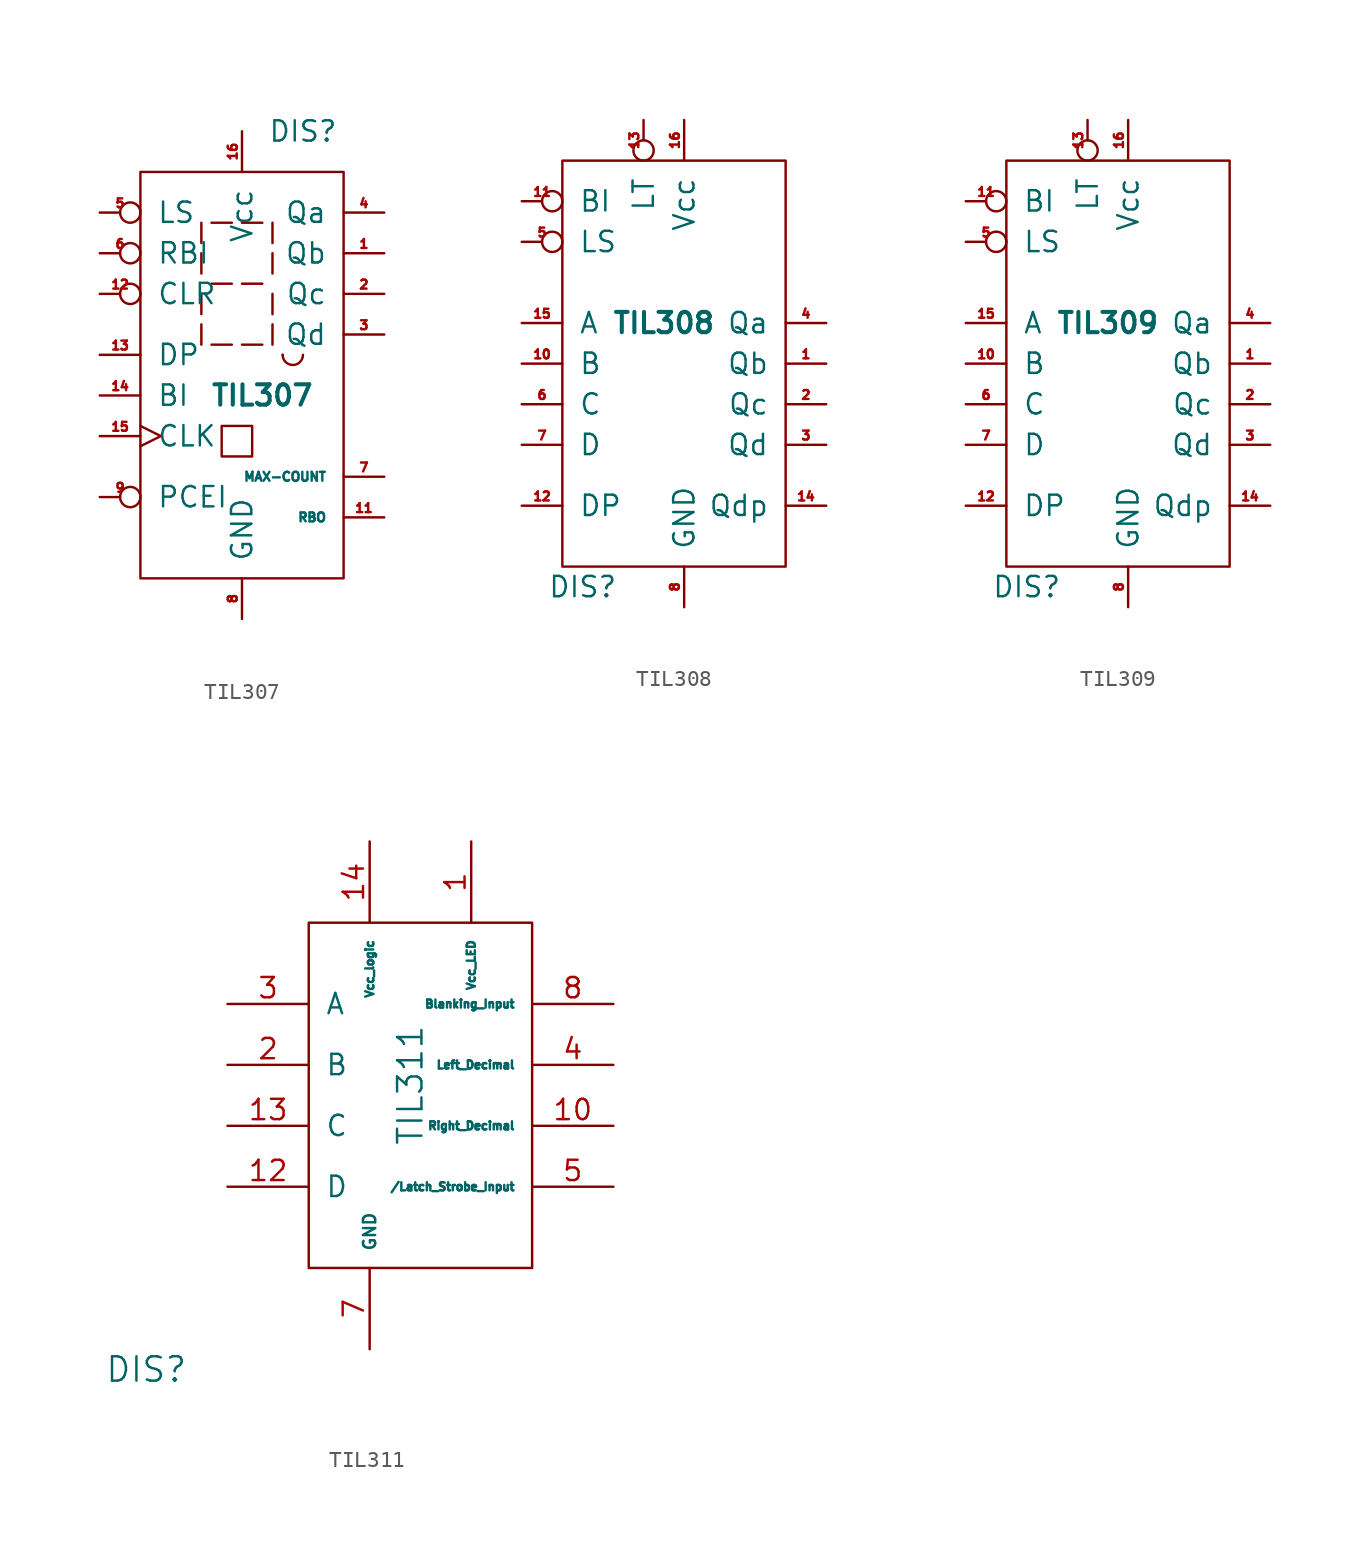
<source format=kicad_sym>
(kicad_symbol_lib
  (version 20211014)
  (generator kicad_symbol_editor)
  (symbol "TIL307"
    (pin_names
      (offset 1.016))
    (property "Reference" "DIS"
      (at 3.81 1.27 0)
      (effects (font (size 1.27 1.27))))
    (property "Value" "TIL307"
      (at 1.27 -15.24 0)
      (effects (font (size 1.27 1.27) bold)))
    (symbol "TIL307_0_1"
      (rectangle (start -6.35 -1.27) (end 6.35 -26.67) (stroke (width 0) (type default) (color 0 0 0 0)) (fill (type none)))
      (rectangle (start -1.27 -17.145) (end 0.635 -19.05) (stroke (width 0) (type default) (color 0 0 0 0)) (fill (type none)))
      (polyline (pts (xy -2.54 -10.795) (xy -2.54 -12.065)) (stroke (width 0) (type default) (color 0 0 0 0)) (fill (type none)))
      (polyline (pts (xy -2.54 -8.89) (xy -2.54 -10.16)) (stroke (width 0) (type default) (color 0 0 0 0)) (fill (type none)))
      (polyline (pts (xy -2.54 -6.35) (xy -2.54 -7.62)) (stroke (width 0) (type default) (color 0 0 0 0)) (fill (type none)))
      (polyline (pts (xy -2.54 -4.445) (xy -2.54 -5.715)) (stroke (width 0) (type default) (color 0 0 0 0)) (fill (type none)))
      (polyline (pts (xy -1.905 -8.255) (xy -0.635 -8.255)) (stroke (width 0) (type default) (color 0 0 0 0)) (fill (type none)))
      (polyline (pts (xy -1.905 -4.445) (xy -0.635 -4.445)) (stroke (width 0) (type default) (color 0 0 0 0)) (fill (type none)))
      (polyline (pts (xy -0.635 -12.065) (xy -1.905 -12.065)) (stroke (width 0) (type default) (color 0 0 0 0)) (fill (type none)))
      (polyline (pts (xy 0 -8.255) (xy 1.27 -8.255)) (stroke (width 0) (type default) (color 0 0 0 0)) (fill (type none)))
      (polyline (pts (xy 0 -4.445) (xy 1.27 -4.445)) (stroke (width 0) (type default) (color 0 0 0 0)) (fill (type none)))
      (polyline (pts (xy 1.27 -12.065) (xy 0 -12.065)) (stroke (width 0) (type default) (color 0 0 0 0)) (fill (type none)))
      (polyline (pts (xy 1.905 -10.795) (xy 1.905 -12.065)) (stroke (width 0) (type default) (color 0 0 0 0)) (fill (type none)))
      (polyline (pts (xy 1.905 -8.89) (xy 1.905 -10.16)) (stroke (width 0) (type default) (color 0 0 0 0)) (fill (type none)))
      (polyline (pts (xy 1.905 -6.35) (xy 1.905 -7.62)) (stroke (width 0) (type default) (color 0 0 0 0)) (fill (type none)))
      (polyline (pts (xy 1.905 -4.445) (xy 1.905 -5.715)) (stroke (width 0) (type default) (color 0 0 0 0)) (fill (type none)))
      (arc (start 2.54 -12.7) (mid 2.54 -12.7) (end 2.54 -12.7) (stroke (width 0) (type default) (color 0 0 0 0)) (fill (type none)))
      (arc (start 2.54 -12.7) (mid 3.175 -13.335) (end 3.81 -12.7) (stroke (width 0) (type default) (color 0 0 0 0)) (fill (type none))))
    (symbol "TIL307_1_1"
      (pin output line (at 8.89 -6.35 180) (length 2.54) (name "Qb" (effects (font (size 1.27 1.27)))) (number "1" (effects (font (size 0.559 0.559)))))
      (pin bidirectional line (at 8.89 -22.86 180) (length 2.54) (name "RBO" (effects (font (size 0.559 0.559)))) (number "11" (effects (font (size 0.559 0.559)))))
      (pin input inverted (at -8.89 -8.89 0) (length 2.54) (name "CLR" (effects (font (size 1.27 1.27)))) (number "12" (effects (font (size 0.559 0.559)))))
      (pin input line (at -8.89 -12.7 0) (length 2.54) (name "DP" (effects (font (size 1.27 1.27)))) (number "13" (effects (font (size 0.559 0.559)))))
      (pin input line (at -8.89 -15.24 0) (length 2.54) (name "BI" (effects (font (size 1.27 1.27)))) (number "14" (effects (font (size 0.559 0.559)))))
      (pin input clock (at -8.89 -17.78 0) (length 2.54) (name "CLK" (effects (font (size 1.27 1.27)))) (number "15" (effects (font (size 0.559 0.559)))))
      (pin power_in line (at 0 1.27 270) (length 2.54) (name "Vcc" (effects (font (size 1.27 1.27)))) (number "16" (effects (font (size 0.559 0.559)))))
      (pin output line (at 8.89 -8.89 180) (length 2.54) (name "Qc" (effects (font (size 1.27 1.27)))) (number "2" (effects (font (size 0.559 0.559)))))
      (pin output line (at 8.89 -11.43 180) (length 2.54) (name "Qd" (effects (font (size 1.27 1.27)))) (number "3" (effects (font (size 0.559 0.559)))))
      (pin output line (at 8.89 -3.81 180) (length 2.54) (name "Qa" (effects (font (size 1.27 1.27)))) (number "4" (effects (font (size 0.559 0.559)))))
      (pin input inverted (at -8.89 -3.81 0) (length 2.54) (name "LS" (effects (font (size 1.27 1.27)))) (number "5" (effects (font (size 0.559 0.559)))))
      (pin input inverted (at -8.89 -6.35 0) (length 2.54) (name "RBI" (effects (font (size 1.27 1.27)))) (number "6" (effects (font (size 0.559 0.559)))))
      (pin output line (at 8.89 -20.32 180) (length 2.54) (name "MAX-COUNT" (effects (font (size 0.559 0.559)))) (number "7" (effects (font (size 0.559 0.559)))))
      (pin power_in line (at 0 -29.21 90) (length 2.54) (name "GND" (effects (font (size 1.27 1.27)))) (number "8" (effects (font (size 0.559 0.559)))))
      (pin input inverted (at -8.89 -21.59 0) (length 2.54) (name "PCEI" (effects (font (size 1.27 1.27)))) (number "9" (effects (font (size 0.559 0.559)))))))
  (symbol "TIL308"
    (pin_names
      (offset 1.016))
    (property "Reference" "DIS"
      (at -5.08 -13.97 0)
      (effects (font (size 1.27 1.27))))
    (property "Value" "TIL308"
      (at 0 2.54 0)
      (effects (font (size 1.27 1.27) bold)))
    (symbol "TIL308_0_1"
      (rectangle (start -6.35 12.7) (end 7.62 -12.7) (stroke (width 0) (type default) (color 0 0 0 0)) (fill (type none))))
    (symbol "TIL308_1_1"
      (pin output line (at 10.16 0 180) (length 2.54) (name "Qb" (effects (font (size 1.27 1.27)))) (number "1" (effects (font (size 0.559 0.559)))))
      (pin input line (at -8.89 0 0) (length 2.54) (name "B" (effects (font (size 1.27 1.27)))) (number "10" (effects (font (size 0.559 0.559)))))
      (pin input inverted (at -8.89 10.16 0) (length 2.54) (name "BI" (effects (font (size 1.27 1.27)))) (number "11" (effects (font (size 0.559 0.559)))))
      (pin input line (at -8.89 -8.89 0) (length 2.54) (name "DP" (effects (font (size 1.27 1.27)))) (number "12" (effects (font (size 0.559 0.559)))))
      (pin input inverted (at -1.27 15.24 270) (length 2.54) (name "LT" (effects (font (size 1.27 1.27)))) (number "13" (effects (font (size 0.559 0.559)))))
      (pin output line (at 10.16 -8.89 180) (length 2.54) (name "Qdp" (effects (font (size 1.27 1.27)))) (number "14" (effects (font (size 0.559 0.559)))))
      (pin input line (at -8.89 2.54 0) (length 2.54) (name "A" (effects (font (size 1.27 1.27)))) (number "15" (effects (font (size 0.559 0.559)))))
      (pin power_in line (at 1.27 15.24 270) (length 2.54) (name "Vcc" (effects (font (size 1.27 1.27)))) (number "16" (effects (font (size 0.559 0.559)))))
      (pin output line (at 10.16 -2.54 180) (length 2.54) (name "Qc" (effects (font (size 1.27 1.27)))) (number "2" (effects (font (size 0.559 0.559)))))
      (pin output line (at 10.16 -5.08 180) (length 2.54) (name "Qd" (effects (font (size 1.27 1.27)))) (number "3" (effects (font (size 0.559 0.559)))))
      (pin output line (at 10.16 2.54 180) (length 2.54) (name "Qa" (effects (font (size 1.27 1.27)))) (number "4" (effects (font (size 0.559 0.559)))))
      (pin input inverted (at -8.89 7.62 0) (length 2.54) (name "LS" (effects (font (size 1.27 1.27)))) (number "5" (effects (font (size 0.559 0.559)))))
      (pin input line (at -8.89 -2.54 0) (length 2.54) (name "C" (effects (font (size 1.27 1.27)))) (number "6" (effects (font (size 0.559 0.559)))))
      (pin input line (at -8.89 -5.08 0) (length 2.54) (name "D" (effects (font (size 1.27 1.27)))) (number "7" (effects (font (size 0.559 0.559)))))
      (pin power_in line (at 1.27 -15.24 90) (length 2.54) (name "GND" (effects (font (size 1.27 1.27)))) (number "8" (effects (font (size 0.559 0.559)))))))
  (symbol "TIL309"
    (pin_names
      (offset 1.016))
    (property "Reference" "DIS"
      (at -5.08 -13.97 0)
      (effects (font (size 1.27 1.27))))
    (property "Value" "TIL309"
      (at 0 2.54 0)
      (effects (font (size 1.27 1.27) bold)))
    (symbol "TIL309_0_1"
      (rectangle (start -6.35 12.7) (end 7.62 -12.7) (stroke (width 0) (type default) (color 0 0 0 0)) (fill (type none))))
    (symbol "TIL309_1_1"
      (pin output line (at 10.16 0 180) (length 2.54) (name "Qb" (effects (font (size 1.27 1.27)))) (number "1" (effects (font (size 0.559 0.559)))))
      (pin input line (at -8.89 0 0) (length 2.54) (name "B" (effects (font (size 1.27 1.27)))) (number "10" (effects (font (size 0.559 0.559)))))
      (pin input inverted (at -8.89 10.16 0) (length 2.54) (name "BI" (effects (font (size 1.27 1.27)))) (number "11" (effects (font (size 0.559 0.559)))))
      (pin input line (at -8.89 -8.89 0) (length 2.54) (name "DP" (effects (font (size 1.27 1.27)))) (number "12" (effects (font (size 0.559 0.559)))))
      (pin input inverted (at -1.27 15.24 270) (length 2.54) (name "LT" (effects (font (size 1.27 1.27)))) (number "13" (effects (font (size 0.559 0.559)))))
      (pin output line (at 10.16 -8.89 180) (length 2.54) (name "Qdp" (effects (font (size 1.27 1.27)))) (number "14" (effects (font (size 0.559 0.559)))))
      (pin input line (at -8.89 2.54 0) (length 2.54) (name "A" (effects (font (size 1.27 1.27)))) (number "15" (effects (font (size 0.559 0.559)))))
      (pin power_in line (at 1.27 15.24 270) (length 2.54) (name "Vcc" (effects (font (size 1.27 1.27)))) (number "16" (effects (font (size 0.559 0.559)))))
      (pin output line (at 10.16 -2.54 180) (length 2.54) (name "Qc" (effects (font (size 1.27 1.27)))) (number "2" (effects (font (size 0.559 0.559)))))
      (pin output line (at 10.16 -5.08 180) (length 2.54) (name "Qd" (effects (font (size 1.27 1.27)))) (number "3" (effects (font (size 0.559 0.559)))))
      (pin output line (at 10.16 2.54 180) (length 2.54) (name "Qa" (effects (font (size 1.27 1.27)))) (number "4" (effects (font (size 0.559 0.559)))))
      (pin input inverted (at -8.89 7.62 0) (length 2.54) (name "LS" (effects (font (size 1.27 1.27)))) (number "5" (effects (font (size 0.559 0.559)))))
      (pin input line (at -8.89 -2.54 0) (length 2.54) (name "C" (effects (font (size 1.27 1.27)))) (number "6" (effects (font (size 0.559 0.559)))))
      (pin input line (at -8.89 -5.08 0) (length 2.54) (name "D" (effects (font (size 1.27 1.27)))) (number "7" (effects (font (size 0.559 0.559)))))
      (pin power_in line (at 1.27 -15.24 90) (length 2.54) (name "GND" (effects (font (size 1.27 1.27)))) (number "8" (effects (font (size 0.559 0.559)))))))
  (symbol "TIL311"
    (pin_names
      (offset 1.016))
    (property "Reference" "DIS"
      (at -16.51 -17.78 0)
      (effects (font (size 1.524 1.524))))
    (property "Value" "TIL311"
      (at 0 0 90)
      (effects (font (size 1.524 1.524))))
    (symbol "TIL311_0_1"
      (rectangle (start 7.62 -11.43) (end -6.35 10.16) (stroke (width 0) (type default) (color 0 0 0 0)) (fill (type none))))
    (symbol "TIL311_1_1"
      (pin power_in line (at 3.81 15.24 270) (length 5.08) (name "Vcc_LED" (effects (font (size 0.508 0.508)))) (number "1" (effects (font (size 1.27 1.27)))))
      (pin input line (at 12.7 -2.54 180) (length 5.08) (name "Right_Decimal" (effects (font (size 0.508 0.508)))) (number "10" (effects (font (size 1.27 1.27)))))
      (pin input line (at -11.43 -6.35 0) (length 5.08) (name "D" (effects (font (size 1.27 1.27)))) (number "12" (effects (font (size 1.27 1.27)))))
      (pin input line (at -11.43 -2.54 0) (length 5.08) (name "C" (effects (font (size 1.27 1.27)))) (number "13" (effects (font (size 1.27 1.27)))))
      (pin power_in line (at -2.54 15.24 270) (length 5.08) (name "Vcc_logic" (effects (font (size 0.508 0.508)))) (number "14" (effects (font (size 1.27 1.27)))))
      (pin input line (at -11.43 1.27 0) (length 5.08) (name "B" (effects (font (size 1.27 1.27)))) (number "2" (effects (font (size 1.27 1.27)))))
      (pin input line (at -11.43 5.08 0) (length 5.08) (name "A" (effects (font (size 1.27 1.27)))) (number "3" (effects (font (size 1.27 1.27)))))
      (pin input line (at 12.7 1.27 180) (length 5.08) (name "Left_Decimal" (effects (font (size 0.508 0.508)))) (number "4" (effects (font (size 1.27 1.27)))))
      (pin input line (at 12.7 -6.35 180) (length 5.08) (name "/Latch_Strobe_Input" (effects (font (size 0.508 0.508)))) (number "5" (effects (font (size 1.27 1.27)))))
      (pin power_in line (at -2.54 -16.51 90) (length 5.08) (name "GND" (effects (font (size 0.762 0.762)))) (number "7" (effects (font (size 1.27 1.27)))))
      (pin input line (at 12.7 5.08 180) (length 5.08) (name "Blanking_Input" (effects (font (size 0.508 0.508)))) (number "8" (effects (font (size 1.27 1.27))))))))
</source>
